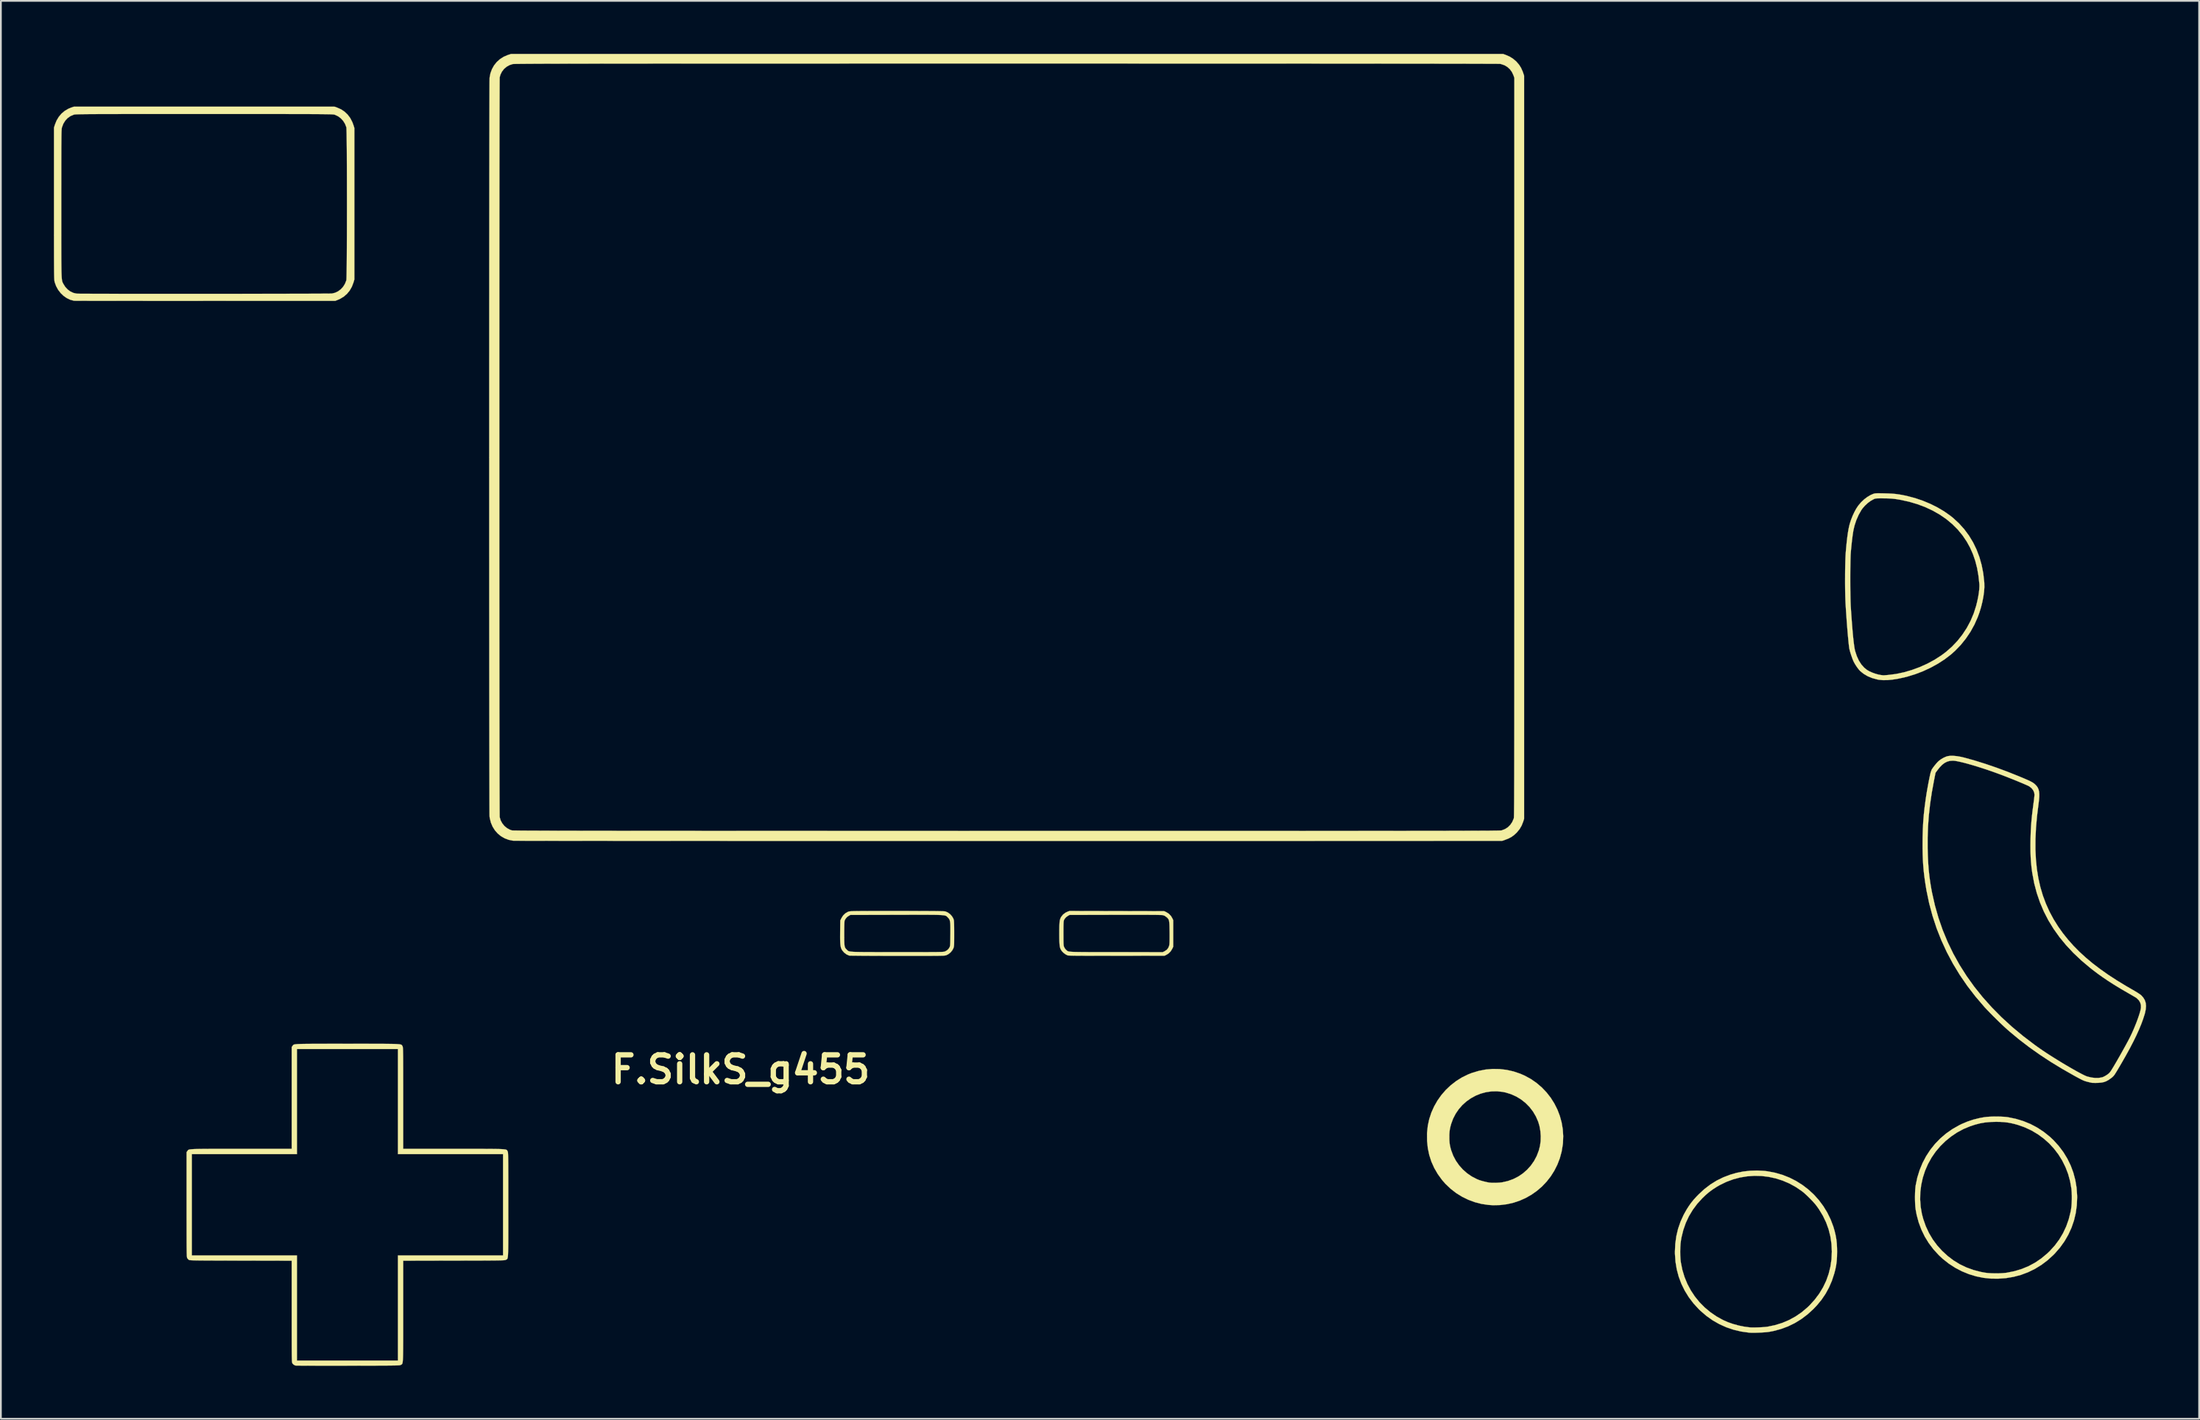
<source format=kicad_pcb>
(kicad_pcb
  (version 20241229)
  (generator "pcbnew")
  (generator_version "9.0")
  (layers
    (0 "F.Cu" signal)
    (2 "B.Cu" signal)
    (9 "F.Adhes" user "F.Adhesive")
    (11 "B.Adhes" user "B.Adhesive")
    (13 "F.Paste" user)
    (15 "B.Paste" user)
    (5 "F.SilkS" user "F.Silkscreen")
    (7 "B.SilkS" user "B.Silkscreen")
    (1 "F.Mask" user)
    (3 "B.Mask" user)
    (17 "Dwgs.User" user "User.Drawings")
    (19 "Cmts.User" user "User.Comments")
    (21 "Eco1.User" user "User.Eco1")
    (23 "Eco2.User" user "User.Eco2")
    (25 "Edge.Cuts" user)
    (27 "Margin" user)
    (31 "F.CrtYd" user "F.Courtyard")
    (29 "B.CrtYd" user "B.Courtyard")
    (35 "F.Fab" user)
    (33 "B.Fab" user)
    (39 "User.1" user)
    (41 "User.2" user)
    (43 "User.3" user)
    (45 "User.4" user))
  (footprint "F.SilkS_g455"
    (layer "F.Cu")
    (at 38.856 57.483)
    (property "Reference" "F.SilkS_g455" (at 0 0 0) (layer "F.SilkS") (effects (font (size 1.524 1.524) (thickness 0.3))))
    (attr through_hole)
    (fp_poly (pts (xy 42.953 -0.029) (xy 43.347 0.018) (xy 43.734 0.105) (xy 44.113 0.233) (xy 44.378 0.349) (xy 44.724 0.539) (xy 45.044 0.762) (xy 45.338 1.014) (xy 45.604 1.293) (xy 45.841 1.596) (xy 46.045 1.92) (xy 46.218 2.263) (xy 46.355 2.621) (xy 46.457 2.992) (xy 46.522 3.373) (xy 46.547 3.762) (xy 46.533 4.155) (xy 46.523 4.244) (xy 46.458 4.64) (xy 46.355 5.019) (xy 46.216 5.38) (xy 46.044 5.722) (xy 45.842 6.042) (xy 45.61 6.339) (xy 45.352 6.611) (xy 45.069 6.856) (xy 44.763 7.073) (xy 44.437 7.26) (xy 44.094 7.414) (xy 43.734 7.535) (xy 43.36 7.62) (xy 42.975 7.668) (xy 42.58 7.677) (xy 42.312 7.66) (xy 41.922 7.602) (xy 41.541 7.503) (xy 41.172 7.366) (xy 40.819 7.193) (xy 40.485 6.985) (xy 40.174 6.743) (xy 39.888 6.471) (xy 39.688 6.243) (xy 39.449 5.913) (xy 39.249 5.568) (xy 39.088 5.209) (xy 38.967 4.835) (xy 38.886 4.445) (xy 38.844 4.041) (xy 38.843 3.821) (xy 40.103 3.821) (xy 40.106 3.998) (xy 40.117 4.148) (xy 40.137 4.287) (xy 40.169 4.43) (xy 40.208 4.568) (xy 40.32 4.868) (xy 40.469 5.151) (xy 40.652 5.415) (xy 40.865 5.654) (xy 41.106 5.867) (xy 41.371 6.05) (xy 41.657 6.198) (xy 41.789 6.252) (xy 41.877 6.281) (xy 41.992 6.314) (xy 42.119 6.346) (xy 42.242 6.374) (xy 42.347 6.394) (xy 42.386 6.399) (xy 42.499 6.408) (xy 42.638 6.41) (xy 42.788 6.407) (xy 42.935 6.399) (xy 43.063 6.385) (xy 43.095 6.381) (xy 43.416 6.308) (xy 43.72 6.198) (xy 44.005 6.053) (xy 44.268 5.875) (xy 44.506 5.667) (xy 44.718 5.431) (xy 44.9 5.17) (xy 45.05 4.886) (xy 45.166 4.582) (xy 45.233 4.32) (xy 45.27 4.052) (xy 45.277 3.767) (xy 45.255 3.479) (xy 45.206 3.2) (xy 45.135 2.958) (xy 45.004 2.656) (xy 44.84 2.376) (xy 44.643 2.12) (xy 44.418 1.892) (xy 44.167 1.693) (xy 43.893 1.526) (xy 43.599 1.393) (xy 43.288 1.297) (xy 43.118 1.262) (xy 42.8 1.228) (xy 42.485 1.235) (xy 42.177 1.28) (xy 41.878 1.361) (xy 41.591 1.477) (xy 41.321 1.625) (xy 41.069 1.803) (xy 40.839 2.01) (xy 40.635 2.244) (xy 40.459 2.502) (xy 40.314 2.783) (xy 40.209 3.069) (xy 40.165 3.229) (xy 40.134 3.371) (xy 40.115 3.51) (xy 40.105 3.662) (xy 40.103 3.821) (xy 38.843 3.821) (xy 38.841 3.621) (xy 38.845 3.556) (xy 38.886 3.173) (xy 38.967 2.799) (xy 39.086 2.437) (xy 39.241 2.089) (xy 39.43 1.757) (xy 39.65 1.446) (xy 39.9 1.157) (xy 40.178 0.893) (xy 40.481 0.657) (xy 40.807 0.451) (xy 41.155 0.279) (xy 41.381 0.19) (xy 41.768 0.074) (xy 42.161 -0.002) (xy 42.557 -0.036) (xy 42.953 -0.029)) (stroke (width 0.01) (type solid)) (fill yes) (layer "F.SilkS"))
    (fp_poly (pts (xy 23.971 -8.964) (xy 24.088 -8.909) (xy 24.233 -8.817) (xy 24.351 -8.694) (xy 24.424 -8.572) (xy 24.479 -8.456) (xy 24.479 -6.953) (xy 24.423 -6.834) (xy 24.335 -6.691) (xy 24.217 -6.573) (xy 24.097 -6.497) (xy 23.992 -6.445) (xy 21.283 -6.442) (xy 20.842 -6.441) (xy 20.442 -6.441) (xy 20.083 -6.441) (xy 19.763 -6.442) (xy 19.482 -6.443) (xy 19.239 -6.444) (xy 19.032 -6.445) (xy 18.861 -6.447) (xy 18.725 -6.45) (xy 18.623 -6.453) (xy 18.553 -6.456) (xy 18.516 -6.459) (xy 18.51 -6.461) (xy 18.388 -6.521) (xy 18.273 -6.607) (xy 18.175 -6.709) (xy 18.119 -6.795) (xy 18.096 -6.846) (xy 18.077 -6.903) (xy 18.062 -6.971) (xy 18.051 -7.054) (xy 18.043 -7.157) (xy 18.038 -7.286) (xy 18.035 -7.445) (xy 18.034 -7.64) (xy 18.034 -7.7) (xy 18.267 -7.7) (xy 18.268 -7.51) (xy 18.268 -7.358) (xy 18.27 -7.238) (xy 18.272 -7.146) (xy 18.276 -7.077) (xy 18.281 -7.026) (xy 18.288 -6.988) (xy 18.297 -6.958) (xy 18.308 -6.932) (xy 18.35 -6.854) (xy 18.396 -6.796) (xy 18.451 -6.745) (xy 18.467 -6.731) (xy 18.483 -6.718) (xy 18.501 -6.707) (xy 18.523 -6.697) (xy 18.55 -6.688) (xy 18.587 -6.68) (xy 18.634 -6.674) (xy 18.694 -6.668) (xy 18.769 -6.663) (xy 18.862 -6.659) (xy 18.975 -6.656) (xy 19.109 -6.654) (xy 19.268 -6.652) (xy 19.453 -6.65) (xy 19.667 -6.649) (xy 19.912 -6.648) (xy 20.19 -6.648) (xy 20.503 -6.648) (xy 20.854 -6.647) (xy 21.246 -6.647) (xy 21.274 -6.647) (xy 23.889 -6.646) (xy 24.001 -6.702) (xy 24.118 -6.782) (xy 24.202 -6.889) (xy 24.254 -7.023) (xy 24.257 -7.04) (xy 24.266 -7.107) (xy 24.272 -7.214) (xy 24.275 -7.362) (xy 24.276 -7.549) (xy 24.275 -7.774) (xy 24.275 -7.774) (xy 24.272 -7.966) (xy 24.269 -8.121) (xy 24.264 -8.244) (xy 24.256 -8.34) (xy 24.245 -8.415) (xy 24.228 -8.472) (xy 24.205 -8.518) (xy 24.175 -8.558) (xy 24.137 -8.597) (xy 24.094 -8.635) (xy 23.995 -8.704) (xy 23.89 -8.741) (xy 23.853 -8.745) (xy 23.782 -8.748) (xy 23.674 -8.751) (xy 23.531 -8.754) (xy 23.35 -8.756) (xy 23.132 -8.757) (xy 22.875 -8.758) (xy 22.579 -8.759) (xy 22.243 -8.759) (xy 21.867 -8.759) (xy 21.449 -8.759) (xy 21.198 -8.758) (xy 18.616 -8.752) (xy 18.531 -8.707) (xy 18.413 -8.622) (xy 18.327 -8.516) (xy 18.3 -8.462) (xy 18.29 -8.434) (xy 18.283 -8.395) (xy 18.277 -8.341) (xy 18.273 -8.268) (xy 18.27 -8.171) (xy 18.268 -8.044) (xy 18.267 -7.885) (xy 18.267 -7.7) (xy 18.034 -7.7) (xy 18.034 -7.712) (xy 18.035 -7.918) (xy 18.037 -8.087) (xy 18.042 -8.224) (xy 18.049 -8.334) (xy 18.06 -8.422) (xy 18.076 -8.493) (xy 18.096 -8.554) (xy 18.121 -8.608) (xy 18.147 -8.652) (xy 18.246 -8.773) (xy 18.372 -8.872) (xy 18.488 -8.93) (xy 18.608 -8.975) (xy 23.971 -8.964)) (stroke (width 0.01) (type solid)) (fill yes) (layer "F.SilkS"))
    (fp_poly (pts (xy 71.283 2.662) (xy 71.471 2.671) (xy 71.634 2.685) (xy 71.713 2.696) (xy 72.156 2.787) (xy 72.581 2.916) (xy 72.987 3.082) (xy 73.373 3.286) (xy 73.738 3.526) (xy 74.081 3.801) (xy 74.292 4) (xy 74.588 4.326) (xy 74.849 4.674) (xy 75.074 5.043) (xy 75.262 5.43) (xy 75.412 5.833) (xy 75.523 6.252) (xy 75.595 6.682) (xy 75.626 7.124) (xy 75.628 7.239) (xy 75.608 7.686) (xy 75.548 8.121) (xy 75.448 8.542) (xy 75.308 8.949) (xy 75.13 9.34) (xy 74.914 9.714) (xy 74.66 10.069) (xy 74.369 10.404) (xy 74.286 10.489) (xy 73.956 10.79) (xy 73.606 11.054) (xy 73.237 11.28) (xy 72.85 11.469) (xy 72.447 11.62) (xy 72.029 11.731) (xy 71.598 11.803) (xy 71.155 11.835) (xy 70.75 11.83) (xy 70.326 11.786) (xy 69.909 11.701) (xy 69.501 11.577) (xy 69.106 11.415) (xy 68.727 11.216) (xy 68.366 10.982) (xy 68.027 10.714) (xy 67.802 10.504) (xy 67.5 10.175) (xy 67.235 9.825) (xy 67.007 9.454) (xy 66.817 9.063) (xy 66.663 8.652) (xy 66.547 8.222) (xy 66.491 7.924) (xy 66.473 7.777) (xy 66.461 7.6) (xy 66.454 7.403) (xy 66.453 7.35) (xy 66.744 7.35) (xy 66.773 7.762) (xy 66.843 8.169) (xy 66.92 8.459) (xy 67.064 8.868) (xy 67.244 9.254) (xy 67.459 9.616) (xy 67.709 9.954) (xy 67.983 10.257) (xy 68.3 10.549) (xy 68.634 10.802) (xy 68.988 11.019) (xy 69.362 11.198) (xy 69.757 11.342) (xy 70.176 11.451) (xy 70.4 11.493) (xy 70.57 11.515) (xy 70.769 11.528) (xy 70.983 11.534) (xy 71.201 11.532) (xy 71.41 11.522) (xy 71.596 11.504) (xy 71.66 11.495) (xy 72.089 11.408) (xy 72.497 11.284) (xy 72.885 11.123) (xy 73.252 10.925) (xy 73.599 10.689) (xy 73.927 10.416) (xy 74.076 10.274) (xy 74.363 9.958) (xy 74.615 9.619) (xy 74.83 9.259) (xy 75.009 8.877) (xy 75.152 8.473) (xy 75.258 8.048) (xy 75.282 7.916) (xy 75.305 7.75) (xy 75.319 7.555) (xy 75.327 7.344) (xy 75.327 7.13) (xy 75.319 6.926) (xy 75.303 6.744) (xy 75.302 6.731) (xy 75.228 6.311) (xy 75.117 5.906) (xy 74.968 5.519) (xy 74.785 5.15) (xy 74.569 4.803) (xy 74.322 4.479) (xy 74.046 4.179) (xy 73.741 3.908) (xy 73.412 3.665) (xy 73.058 3.454) (xy 72.682 3.276) (xy 72.285 3.134) (xy 72.092 3.08) (xy 71.888 3.032) (xy 71.694 2.997) (xy 71.498 2.974) (xy 71.286 2.961) (xy 71.046 2.957) (xy 71.046 2.957) (xy 70.724 2.965) (xy 70.428 2.992) (xy 70.143 3.041) (xy 69.856 3.115) (xy 69.565 3.21) (xy 69.195 3.365) (xy 68.838 3.557) (xy 68.499 3.785) (xy 68.18 4.044) (xy 67.886 4.332) (xy 67.621 4.645) (xy 67.39 4.98) (xy 67.186 5.347) (xy 67.02 5.73) (xy 66.893 6.125) (xy 66.804 6.529) (xy 66.754 6.938) (xy 66.744 7.35) (xy 66.453 7.35) (xy 66.452 7.198) (xy 66.456 6.995) (xy 66.465 6.805) (xy 66.48 6.639) (xy 66.492 6.551) (xy 66.584 6.111) (xy 66.715 5.688) (xy 66.881 5.285) (xy 67.082 4.903) (xy 67.317 4.544) (xy 67.584 4.209) (xy 67.882 3.901) (xy 68.209 3.621) (xy 68.565 3.371) (xy 68.948 3.153) (xy 69.094 3.081) (xy 69.42 2.943) (xy 69.752 2.832) (xy 70.102 2.745) (xy 70.369 2.696) (xy 70.511 2.679) (xy 70.685 2.666) (xy 70.879 2.66) (xy 71.082 2.658) (xy 71.283 2.662)) (stroke (width 0.01) (type solid)) (fill yes) (layer "F.SilkS"))
    (fp_poly (pts (xy 57.914 5.734) (xy 58.108 5.757) (xy 58.538 5.839) (xy 58.952 5.959) (xy 59.35 6.116) (xy 59.729 6.308) (xy 60.087 6.534) (xy 60.421 6.79) (xy 60.731 7.076) (xy 61.013 7.39) (xy 61.266 7.73) (xy 61.489 8.094) (xy 61.678 8.481) (xy 61.832 8.888) (xy 61.901 9.123) (xy 61.959 9.364) (xy 62.001 9.6) (xy 62.028 9.843) (xy 62.042 10.106) (xy 62.045 10.308) (xy 62.039 10.586) (xy 62.023 10.836) (xy 61.993 11.069) (xy 61.948 11.297) (xy 61.887 11.534) (xy 61.882 11.551) (xy 61.748 11.958) (xy 61.585 12.335) (xy 61.392 12.689) (xy 61.166 13.023) (xy 60.903 13.342) (xy 60.707 13.548) (xy 60.376 13.851) (xy 60.026 14.116) (xy 59.657 14.344) (xy 59.269 14.533) (xy 58.863 14.684) (xy 58.438 14.797) (xy 58.208 14.841) (xy 58.102 14.856) (xy 57.964 14.868) (xy 57.806 14.879) (xy 57.638 14.887) (xy 57.471 14.893) (xy 57.314 14.895) (xy 57.177 14.894) (xy 57.072 14.889) (xy 57.065 14.888) (xy 56.62 14.826) (xy 56.191 14.725) (xy 55.778 14.585) (xy 55.382 14.407) (xy 55.005 14.192) (xy 54.648 13.939) (xy 54.312 13.65) (xy 54.217 13.558) (xy 53.915 13.228) (xy 53.65 12.878) (xy 53.423 12.509) (xy 53.234 12.123) (xy 53.083 11.721) (xy 52.972 11.304) (xy 52.901 10.874) (xy 52.87 10.43) (xy 52.869 10.308) (xy 52.869 10.298) (xy 53.168 10.298) (xy 53.171 10.526) (xy 53.184 10.74) (xy 53.203 10.905) (xy 53.287 11.329) (xy 53.41 11.736) (xy 53.569 12.125) (xy 53.765 12.494) (xy 53.995 12.842) (xy 54.257 13.165) (xy 54.552 13.463) (xy 54.877 13.734) (xy 55.231 13.976) (xy 55.584 14.172) (xy 55.859 14.294) (xy 56.162 14.4) (xy 56.481 14.487) (xy 56.803 14.552) (xy 57.116 14.592) (xy 57.118 14.592) (xy 57.221 14.597) (xy 57.355 14.597) (xy 57.508 14.594) (xy 57.669 14.588) (xy 57.826 14.58) (xy 57.968 14.569) (xy 58.084 14.556) (xy 58.113 14.552) (xy 58.537 14.463) (xy 58.943 14.337) (xy 59.33 14.173) (xy 59.697 13.971) (xy 60.044 13.733) (xy 60.369 13.458) (xy 60.485 13.346) (xy 60.777 13.025) (xy 61.032 12.685) (xy 61.249 12.327) (xy 61.428 11.952) (xy 61.567 11.561) (xy 61.667 11.155) (xy 61.728 10.736) (xy 61.748 10.303) (xy 61.748 10.298) (xy 61.727 9.866) (xy 61.666 9.447) (xy 61.565 9.042) (xy 61.423 8.65) (xy 61.241 8.271) (xy 61.019 7.905) (xy 60.873 7.7) (xy 60.783 7.59) (xy 60.67 7.463) (xy 60.54 7.327) (xy 60.404 7.191) (xy 60.269 7.064) (xy 60.145 6.954) (xy 60.058 6.885) (xy 59.709 6.647) (xy 59.344 6.446) (xy 58.964 6.284) (xy 58.574 6.159) (xy 58.175 6.072) (xy 57.772 6.023) (xy 57.365 6.013) (xy 56.96 6.041) (xy 56.557 6.107) (xy 56.161 6.213) (xy 55.774 6.357) (xy 55.399 6.54) (xy 55.233 6.636) (xy 55.005 6.784) (xy 54.798 6.937) (xy 54.599 7.107) (xy 54.419 7.28) (xy 54.129 7.599) (xy 53.877 7.938) (xy 53.662 8.295) (xy 53.485 8.673) (xy 53.345 9.071) (xy 53.241 9.49) (xy 53.211 9.663) (xy 53.187 9.852) (xy 53.173 10.069) (xy 53.168 10.298) (xy 52.869 10.298) (xy 52.889 9.861) (xy 52.948 9.429) (xy 53.047 9.01) (xy 53.187 8.605) (xy 53.366 8.213) (xy 53.534 7.914) (xy 53.66 7.718) (xy 53.785 7.542) (xy 53.92 7.375) (xy 54.074 7.204) (xy 54.217 7.057) (xy 54.539 6.761) (xy 54.877 6.503) (xy 55.232 6.282) (xy 55.609 6.097) (xy 56.009 5.945) (xy 56.364 5.843) (xy 56.737 5.769) (xy 57.127 5.726) (xy 57.523 5.714) (xy 57.914 5.734)) (stroke (width 0.01) (type solid)) (fill yes) (layer "F.SilkS"))
    (fp_poly (pts (xy 9.271 -8.975) (xy 9.649 -8.974) (xy 9.988 -8.974) (xy 10.29 -8.973) (xy 10.556 -8.972) (xy 10.788 -8.97) (xy 10.986 -8.969) (xy 11.154 -8.967) (xy 11.291 -8.964) (xy 11.401 -8.962) (xy 11.484 -8.959) (xy 11.543 -8.955) (xy 11.578 -8.951) (xy 11.586 -8.95) (xy 11.722 -8.891) (xy 11.848 -8.801) (xy 11.954 -8.687) (xy 12.032 -8.559) (xy 12.062 -8.477) (xy 12.07 -8.428) (xy 12.076 -8.339) (xy 12.08 -8.211) (xy 12.084 -8.047) (xy 12.086 -7.85) (xy 12.086 -7.69) (xy 12.086 -7.497) (xy 12.085 -7.342) (xy 12.084 -7.219) (xy 12.082 -7.123) (xy 12.078 -7.05) (xy 12.073 -6.994) (xy 12.066 -6.95) (xy 12.057 -6.914) (xy 12.046 -6.88) (xy 12.042 -6.868) (xy 11.976 -6.745) (xy 11.88 -6.631) (xy 11.765 -6.537) (xy 11.653 -6.479) (xy 11.635 -6.473) (xy 11.617 -6.467) (xy 11.596 -6.462) (xy 11.57 -6.457) (xy 11.536 -6.453) (xy 11.493 -6.449) (xy 11.439 -6.446) (xy 11.37 -6.444) (xy 11.284 -6.442) (xy 11.18 -6.44) (xy 11.055 -6.439) (xy 10.907 -6.438) (xy 10.733 -6.437) (xy 10.532 -6.436) (xy 10.3 -6.436) (xy 10.036 -6.436) (xy 9.738 -6.436) (xy 9.403 -6.436) (xy 9.028 -6.436) (xy 8.863 -6.436) (xy 8.529 -6.437) (xy 8.207 -6.437) (xy 7.898 -6.438) (xy 7.605 -6.439) (xy 7.332 -6.44) (xy 7.08 -6.442) (xy 6.853 -6.443) (xy 6.652 -6.445) (xy 6.48 -6.447) (xy 6.34 -6.448) (xy 6.235 -6.45) (xy 6.167 -6.452) (xy 6.139 -6.454) (xy 6.138 -6.454) (xy 5.992 -6.52) (xy 5.861 -6.619) (xy 5.755 -6.742) (xy 5.716 -6.808) (xy 5.691 -6.863) (xy 5.672 -6.926) (xy 5.657 -7.002) (xy 5.645 -7.095) (xy 5.638 -7.21) (xy 5.633 -7.352) (xy 5.632 -7.525) (xy 5.633 -7.684) (xy 5.864 -7.684) (xy 5.864 -7.483) (xy 5.865 -7.321) (xy 5.869 -7.191) (xy 5.874 -7.088) (xy 5.883 -7.009) (xy 5.897 -6.947) (xy 5.915 -6.899) (xy 5.94 -6.859) (xy 5.971 -6.822) (xy 6.009 -6.784) (xy 6.014 -6.779) (xy 6.034 -6.76) (xy 6.051 -6.743) (xy 6.068 -6.728) (xy 6.088 -6.715) (xy 6.112 -6.703) (xy 6.143 -6.693) (xy 6.184 -6.684) (xy 6.236 -6.676) (xy 6.302 -6.67) (xy 6.383 -6.664) (xy 6.483 -6.66) (xy 6.603 -6.657) (xy 6.746 -6.654) (xy 6.914 -6.652) (xy 7.109 -6.651) (xy 7.333 -6.65) (xy 7.589 -6.649) (xy 7.879 -6.649) (xy 8.205 -6.648) (xy 8.569 -6.648) (xy 8.869 -6.648) (xy 9.256 -6.648) (xy 9.602 -6.648) (xy 9.911 -6.648) (xy 10.185 -6.648) (xy 10.425 -6.649) (xy 10.634 -6.649) (xy 10.815 -6.65) (xy 10.969 -6.651) (xy 11.099 -6.652) (xy 11.207 -6.654) (xy 11.296 -6.656) (xy 11.368 -6.658) (xy 11.424 -6.661) (xy 11.468 -6.665) (xy 11.502 -6.669) (xy 11.527 -6.673) (xy 11.547 -6.678) (xy 11.563 -6.684) (xy 11.578 -6.69) (xy 11.578 -6.69) (xy 11.686 -6.752) (xy 11.766 -6.829) (xy 11.818 -6.911) (xy 11.831 -6.937) (xy 11.841 -6.964) (xy 11.85 -6.999) (xy 11.856 -7.045) (xy 11.86 -7.108) (xy 11.864 -7.192) (xy 11.866 -7.304) (xy 11.868 -7.447) (xy 11.87 -7.628) (xy 11.871 -7.647) (xy 11.872 -7.855) (xy 11.872 -8.027) (xy 11.87 -8.165) (xy 11.864 -8.275) (xy 11.854 -8.362) (xy 11.84 -8.431) (xy 11.82 -8.485) (xy 11.794 -8.531) (xy 11.761 -8.573) (xy 11.724 -8.612) (xy 11.703 -8.634) (xy 11.684 -8.654) (xy 11.665 -8.672) (xy 11.644 -8.687) (xy 11.619 -8.701) (xy 11.587 -8.713) (xy 11.546 -8.723) (xy 11.494 -8.732) (xy 11.429 -8.739) (xy 11.348 -8.746) (xy 11.25 -8.75) (xy 11.131 -8.754) (xy 10.99 -8.757) (xy 10.824 -8.759) (xy 10.632 -8.76) (xy 10.411 -8.761) (xy 10.158 -8.761) (xy 9.872 -8.76) (xy 9.55 -8.76) (xy 9.19 -8.759) (xy 8.814 -8.758) (xy 6.212 -8.752) (xy 6.125 -8.705) (xy 6.032 -8.64) (xy 5.953 -8.554) (xy 5.897 -8.46) (xy 5.884 -8.424) (xy 5.879 -8.385) (xy 5.874 -8.309) (xy 5.87 -8.202) (xy 5.867 -8.07) (xy 5.865 -7.919) (xy 5.864 -7.754) (xy 5.864 -7.684) (xy 5.633 -7.684) (xy 5.633 -7.734) (xy 5.634 -7.807) (xy 5.641 -8.436) (xy 5.71 -8.577) (xy 5.804 -8.724) (xy 5.924 -8.84) (xy 6.065 -8.922) (xy 6.088 -8.932) (xy 6.106 -8.938) (xy 6.125 -8.944) (xy 6.147 -8.949) (xy 6.174 -8.953) (xy 6.21 -8.957) (xy 6.255 -8.961) (xy 6.314 -8.963) (xy 6.386 -8.966) (xy 6.476 -8.968) (xy 6.586 -8.97) (xy 6.716 -8.971) (xy 6.871 -8.972) (xy 7.052 -8.973) (xy 7.261 -8.974) (xy 7.501 -8.974) (xy 7.774 -8.974) (xy 8.083 -8.975) (xy 8.428 -8.975) (xy 8.814 -8.975) (xy 8.851 -8.975) (xy 9.271 -8.975)) (stroke (width 0.01) (type solid)) (fill yes) (layer "F.SilkS"))
    (fp_poly (pts (xy 64.438 -32.616) (xy 64.566 -32.615) (xy 64.728 -32.611) (xy 64.963 -32.604) (xy 65.167 -32.593) (xy 65.353 -32.577) (xy 65.532 -32.553) (xy 65.716 -32.522) (xy 65.917 -32.481) (xy 66.008 -32.461) (xy 66.454 -32.343) (xy 66.891 -32.195) (xy 67.314 -32.019) (xy 67.718 -31.818) (xy 68.097 -31.594) (xy 68.444 -31.35) (xy 68.612 -31.216) (xy 68.943 -30.91) (xy 69.241 -30.578) (xy 69.506 -30.221) (xy 69.737 -29.839) (xy 69.934 -29.433) (xy 70.096 -29.006) (xy 70.223 -28.556) (xy 70.315 -28.086) (xy 70.37 -27.596) (xy 70.375 -27.527) (xy 70.378 -27.294) (xy 70.359 -27.034) (xy 70.32 -26.753) (xy 70.262 -26.46) (xy 70.188 -26.161) (xy 70.097 -25.866) (xy 70.006 -25.615) (xy 69.816 -25.186) (xy 69.59 -24.777) (xy 69.33 -24.391) (xy 69.039 -24.03) (xy 68.718 -23.698) (xy 68.474 -23.481) (xy 68.125 -23.215) (xy 67.742 -22.968) (xy 67.334 -22.744) (xy 66.905 -22.545) (xy 66.463 -22.376) (xy 66.014 -22.238) (xy 65.839 -22.194) (xy 65.492 -22.12) (xy 65.179 -22.07) (xy 64.897 -22.043) (xy 64.645 -22.04) (xy 64.421 -22.06) (xy 64.326 -22.077) (xy 64.035 -22.156) (xy 63.775 -22.263) (xy 63.545 -22.399) (xy 63.36 -22.547) (xy 63.285 -22.627) (xy 63.201 -22.734) (xy 63.117 -22.856) (xy 63.038 -22.983) (xy 62.981 -23.09) (xy 62.94 -23.184) (xy 62.894 -23.305) (xy 62.846 -23.442) (xy 62.801 -23.582) (xy 62.764 -23.71) (xy 62.741 -23.802) (xy 62.729 -23.87) (xy 62.716 -23.975) (xy 62.7 -24.115) (xy 62.683 -24.284) (xy 62.665 -24.478) (xy 62.645 -24.693) (xy 62.626 -24.926) (xy 62.606 -25.171) (xy 62.587 -25.424) (xy 62.569 -25.682) (xy 62.551 -25.939) (xy 62.535 -26.193) (xy 62.523 -26.384) (xy 62.515 -26.562) (xy 62.508 -26.77) (xy 62.503 -27.003) (xy 62.499 -27.254) (xy 62.497 -27.517) (xy 62.497 -27.786) (xy 62.498 -27.887) (xy 62.791 -27.887) (xy 62.791 -27.634) (xy 62.792 -27.381) (xy 62.794 -27.136) (xy 62.797 -26.903) (xy 62.801 -26.687) (xy 62.806 -26.495) (xy 62.812 -26.331) (xy 62.818 -26.204) (xy 62.847 -25.77) (xy 62.876 -25.374) (xy 62.904 -25.017) (xy 62.931 -24.698) (xy 62.958 -24.419) (xy 62.985 -24.179) (xy 63.011 -23.98) (xy 63.036 -23.823) (xy 63.06 -23.707) (xy 63.065 -23.689) (xy 63.16 -23.4) (xy 63.276 -23.147) (xy 63.414 -22.931) (xy 63.574 -22.75) (xy 63.729 -22.623) (xy 63.862 -22.545) (xy 64.023 -22.471) (xy 64.199 -22.407) (xy 64.376 -22.357) (xy 64.542 -22.326) (xy 64.558 -22.325) (xy 64.614 -22.318) (xy 64.652 -22.314) (xy 64.654 -22.313) (xy 64.682 -22.314) (xy 64.743 -22.317) (xy 64.829 -22.324) (xy 64.929 -22.332) (xy 65.375 -22.389) (xy 65.827 -22.484) (xy 66.277 -22.615) (xy 66.72 -22.778) (xy 67.149 -22.971) (xy 67.559 -23.192) (xy 67.942 -23.439) (xy 68.199 -23.631) (xy 68.54 -23.93) (xy 68.853 -24.259) (xy 69.134 -24.614) (xy 69.383 -24.993) (xy 69.596 -25.392) (xy 69.773 -25.809) (xy 69.911 -26.239) (xy 69.974 -26.493) (xy 70.026 -26.739) (xy 70.064 -26.971) (xy 70.089 -27.181) (xy 70.098 -27.364) (xy 70.095 -27.481) (xy 70.044 -27.947) (xy 69.968 -28.382) (xy 69.864 -28.79) (xy 69.731 -29.175) (xy 69.569 -29.541) (xy 69.384 -29.877) (xy 69.145 -30.232) (xy 68.872 -30.563) (xy 68.566 -30.869) (xy 68.23 -31.15) (xy 67.863 -31.403) (xy 67.467 -31.63) (xy 67.045 -31.828) (xy 66.597 -31.997) (xy 66.125 -32.137) (xy 65.629 -32.245) (xy 65.412 -32.282) (xy 65.275 -32.3) (xy 65.139 -32.314) (xy 64.992 -32.323) (xy 64.822 -32.328) (xy 64.674 -32.329) (xy 64.523 -32.33) (xy 64.407 -32.329) (xy 64.321 -32.327) (xy 64.257 -32.322) (xy 64.209 -32.315) (xy 64.17 -32.304) (xy 64.135 -32.29) (xy 64.135 -32.29) (xy 63.96 -32.196) (xy 63.787 -32.07) (xy 63.624 -31.921) (xy 63.483 -31.759) (xy 63.42 -31.67) (xy 63.265 -31.397) (xy 63.133 -31.098) (xy 63.03 -30.785) (xy 62.972 -30.538) (xy 62.949 -30.404) (xy 62.924 -30.236) (xy 62.899 -30.041) (xy 62.874 -29.828) (xy 62.851 -29.604) (xy 62.829 -29.378) (xy 62.818 -29.242) (xy 62.811 -29.132) (xy 62.806 -28.984) (xy 62.801 -28.806) (xy 62.797 -28.602) (xy 62.794 -28.377) (xy 62.792 -28.137) (xy 62.791 -27.887) (xy 62.498 -27.887) (xy 62.498 -28.053) (xy 62.501 -28.314) (xy 62.506 -28.562) (xy 62.512 -28.79) (xy 62.519 -28.993) (xy 62.528 -29.163) (xy 62.534 -29.252) (xy 62.563 -29.589) (xy 62.593 -29.887) (xy 62.624 -30.149) (xy 62.656 -30.378) (xy 62.69 -30.577) (xy 62.726 -30.75) (xy 62.762 -30.893) (xy 62.835 -31.117) (xy 62.924 -31.342) (xy 63.024 -31.557) (xy 63.132 -31.752) (xy 63.24 -31.915) (xy 63.245 -31.921) (xy 63.4 -32.104) (xy 63.574 -32.269) (xy 63.759 -32.409) (xy 63.947 -32.52) (xy 64.084 -32.578) (xy 64.126 -32.592) (xy 64.166 -32.603) (xy 64.211 -32.61) (xy 64.267 -32.614) (xy 64.341 -32.617) (xy 64.438 -32.616)) (stroke (width 0.01) (type solid)) (fill yes) (layer "F.SilkS"))
    (fp_poly (pts (xy -22.829 -54.443) (xy -22.606 -54.344) (xy -22.407 -54.211) (xy -22.234 -54.046) (xy -22.087 -53.85) (xy -21.97 -53.624) (xy -21.904 -53.446) (xy -21.855 -53.287) (xy -21.855 -44.715) (xy -21.905 -44.545) (xy -21.997 -44.303) (xy -22.121 -44.087) (xy -22.276 -43.899) (xy -22.461 -43.741) (xy -22.675 -43.614) (xy -22.811 -43.555) (xy -22.934 -43.508) (xy -30.3 -43.506) (xy -30.856 -43.505) (xy -31.402 -43.505) (xy -31.936 -43.505) (xy -32.456 -43.505) (xy -32.96 -43.505) (xy -33.448 -43.505) (xy -33.917 -43.506) (xy -34.367 -43.506) (xy -34.795 -43.506) (xy -35.2 -43.506) (xy -35.581 -43.507) (xy -35.936 -43.507) (xy -36.263 -43.507) (xy -36.562 -43.508) (xy -36.829 -43.508) (xy -37.065 -43.509) (xy -37.267 -43.509) (xy -37.434 -43.51) (xy -37.564 -43.51) (xy -37.655 -43.511) (xy -37.707 -43.512) (xy -37.719 -43.512) (xy -37.928 -43.568) (xy -38.127 -43.662) (xy -38.31 -43.79) (xy -38.474 -43.948) (xy -38.615 -44.131) (xy -38.728 -44.335) (xy -38.809 -44.557) (xy -38.811 -44.566) (xy -38.816 -44.585) (xy -38.82 -44.605) (xy -38.824 -44.629) (xy -38.828 -44.658) (xy -38.831 -44.694) (xy -38.834 -44.739) (xy -38.837 -44.795) (xy -38.839 -44.864) (xy -38.841 -44.946) (xy -38.843 -45.045) (xy -38.845 -45.161) (xy -38.846 -45.297) (xy -38.847 -45.455) (xy -38.848 -45.635) (xy -38.849 -45.84) (xy -38.85 -46.072) (xy -38.85 -46.333) (xy -38.851 -46.623) (xy -38.851 -46.946) (xy -38.851 -47.302) (xy -38.851 -47.612) (xy -38.439 -47.612) (xy -38.439 -47.227) (xy -38.439 -46.877) (xy -38.438 -46.56) (xy -38.438 -46.275) (xy -38.437 -46.019) (xy -38.436 -45.792) (xy -38.434 -45.59) (xy -38.432 -45.413) (xy -38.43 -45.259) (xy -38.427 -45.125) (xy -38.423 -45.011) (xy -38.419 -44.913) (xy -38.414 -44.831) (xy -38.409 -44.763) (xy -38.402 -44.706) (xy -38.395 -44.66) (xy -38.387 -44.622) (xy -38.378 -44.59) (xy -38.368 -44.562) (xy -38.358 -44.538) (xy -38.346 -44.514) (xy -38.333 -44.49) (xy -38.318 -44.464) (xy -38.314 -44.455) (xy -38.209 -44.289) (xy -38.077 -44.148) (xy -37.924 -44.036) (xy -37.755 -43.957) (xy -37.577 -43.916) (xy -37.56 -43.915) (xy -37.527 -43.914) (xy -37.453 -43.912) (xy -37.341 -43.911) (xy -37.193 -43.911) (xy -37.01 -43.91) (xy -36.794 -43.909) (xy -36.547 -43.908) (xy -36.272 -43.907) (xy -35.969 -43.907) (xy -35.642 -43.906) (xy -35.291 -43.906) (xy -34.919 -43.905) (xy -34.528 -43.905) (xy -34.119 -43.905) (xy -33.694 -43.904) (xy -33.256 -43.904) (xy -32.806 -43.904) (xy -32.346 -43.904) (xy -31.878 -43.904) (xy -31.404 -43.904) (xy -30.926 -43.904) (xy -30.446 -43.904) (xy -29.965 -43.904) (xy -29.486 -43.904) (xy -29.01 -43.905) (xy -28.539 -43.905) (xy -28.075 -43.906) (xy -27.621 -43.906) (xy -27.178 -43.906) (xy -26.747 -43.907) (xy -26.332 -43.908) (xy -25.933 -43.908) (xy -25.552 -43.909) (xy -25.192 -43.91) (xy -24.855 -43.91) (xy -24.541 -43.911) (xy -24.254 -43.912) (xy -23.995 -43.913) (xy -23.766 -43.914) (xy -23.569 -43.915) (xy -23.406 -43.916) (xy -23.278 -43.917) (xy -23.188 -43.918) (xy -23.137 -43.919) (xy -23.128 -43.92) (xy -22.944 -43.964) (xy -22.774 -44.046) (xy -22.621 -44.161) (xy -22.489 -44.305) (xy -22.384 -44.475) (xy -22.31 -44.665) (xy -22.308 -44.672) (xy -22.304 -44.707) (xy -22.3 -44.781) (xy -22.297 -44.893) (xy -22.294 -45.04) (xy -22.291 -45.219) (xy -22.288 -45.428) (xy -22.286 -45.664) (xy -22.284 -45.926) (xy -22.282 -46.209) (xy -22.28 -46.513) (xy -22.279 -46.834) (xy -22.277 -47.171) (xy -22.276 -47.519) (xy -22.275 -47.878) (xy -22.275 -48.244) (xy -22.274 -48.616) (xy -22.274 -48.99) (xy -22.274 -49.364) (xy -22.275 -49.735) (xy -22.275 -50.102) (xy -22.276 -50.461) (xy -22.277 -50.81) (xy -22.278 -51.147) (xy -22.28 -51.47) (xy -22.281 -51.774) (xy -22.283 -52.06) (xy -22.286 -52.322) (xy -22.288 -52.56) (xy -22.291 -52.771) (xy -22.293 -52.952) (xy -22.297 -53.101) (xy -22.3 -53.215) (xy -22.303 -53.291) (xy -22.307 -53.329) (xy -22.307 -53.329) (xy -22.381 -53.52) (xy -22.486 -53.691) (xy -22.619 -53.837) (xy -22.775 -53.953) (xy -22.95 -54.035) (xy -22.973 -54.042) (xy -22.985 -54.046) (xy -23 -54.049) (xy -23.019 -54.052) (xy -23.043 -54.055) (xy -23.073 -54.058) (xy -23.111 -54.06) (xy -23.159 -54.062) (xy -23.217 -54.065) (xy -23.287 -54.067) (xy -23.37 -54.068) (xy -23.467 -54.07) (xy -23.581 -54.071) (xy -23.711 -54.073) (xy -23.861 -54.074) (xy -24.03 -54.075) (xy -24.22 -54.076) (xy -24.433 -54.077) (xy -24.67 -54.078) (xy -24.933 -54.078) (xy -25.221 -54.079) (xy -25.538 -54.079) (xy -25.884 -54.08) (xy -26.261 -54.08) (xy -26.67 -54.08) (xy -27.112 -54.08) (xy -27.589 -54.081) (xy -28.101 -54.081) (xy -28.651 -54.081) (xy -29.24 -54.081) (xy -29.869 -54.081) (xy -30.353 -54.081) (xy -31.011 -54.081) (xy -31.629 -54.081) (xy -32.206 -54.081) (xy -32.746 -54.081) (xy -33.248 -54.081) (xy -33.715 -54.08) (xy -34.147 -54.08) (xy -34.547 -54.08) (xy -34.915 -54.08) (xy -35.253 -54.079) (xy -35.561 -54.079) (xy -35.843 -54.078) (xy -36.098 -54.078) (xy -36.328 -54.077) (xy -36.534 -54.076) (xy -36.719 -54.075) (xy -36.882 -54.074) (xy -37.027 -54.073) (xy -37.152 -54.071) (xy -37.262 -54.07) (xy -37.355 -54.068) (xy -37.435 -54.066) (xy -37.501 -54.064) (xy -37.557 -54.062) (xy -37.602 -54.06) (xy -37.638 -54.057) (xy -37.667 -54.055) (xy -37.69 -54.052) (xy -37.708 -54.048) (xy -37.723 -54.045) (xy -37.736 -54.041) (xy -37.738 -54.041) (xy -37.92 -53.963) (xy -38.08 -53.85) (xy -38.214 -53.706) (xy -38.321 -53.533) (xy -38.397 -53.335) (xy -38.405 -53.304) (xy -38.409 -53.285) (xy -38.413 -53.26) (xy -38.416 -53.227) (xy -38.419 -53.185) (xy -38.422 -53.131) (xy -38.425 -53.063) (xy -38.427 -52.981) (xy -38.429 -52.882) (xy -38.431 -52.764) (xy -38.432 -52.626) (xy -38.433 -52.465) (xy -38.435 -52.281) (xy -38.436 -52.072) (xy -38.436 -51.835) (xy -38.437 -51.569) (xy -38.438 -51.271) (xy -38.438 -50.942) (xy -38.438 -50.578) (xy -38.438 -50.178) (xy -38.439 -49.74) (xy -38.439 -49.262) (xy -38.439 -48.997) (xy -38.439 -48.495) (xy -38.439 -48.034) (xy -38.439 -47.612) (xy -38.851 -47.612) (xy -38.851 -47.694) (xy -38.851 -48.124) (xy -38.851 -48.592) (xy -38.851 -49.011) (xy -38.851 -53.308) (xy -38.802 -53.467) (xy -38.707 -53.706) (xy -38.58 -53.919) (xy -38.424 -54.104) (xy -38.241 -54.258) (xy -38.033 -54.38) (xy -37.878 -54.443) (xy -37.73 -54.494) (xy -22.976 -54.494) (xy -22.829 -54.443)) (stroke (width 0.01) (type solid)) (fill yes) (layer "F.SilkS"))
    (fp_poly (pts (xy -21.11 -1.461) (xy -20.806 -1.46) (xy -20.536 -1.46) (xy -20.298 -1.459) (xy -20.09 -1.458) (xy -19.91 -1.456) (xy -19.755 -1.454) (xy -19.624 -1.451) (xy -19.515 -1.447) (xy -19.425 -1.442) (xy -19.352 -1.437) (xy -19.295 -1.43) (xy -19.25 -1.422) (xy -19.217 -1.413) (xy -19.193 -1.403) (xy -19.176 -1.391) (xy -19.164 -1.378) (xy -19.154 -1.364) (xy -19.145 -1.347) (xy -19.135 -1.329) (xy -19.129 -1.319) (xy -19.124 -1.307) (xy -19.119 -1.291) (xy -19.115 -1.27) (xy -19.111 -1.24) (xy -19.107 -1.2) (xy -19.104 -1.148) (xy -19.102 -1.082) (xy -19.1 -0.999) (xy -19.098 -0.897) (xy -19.096 -0.774) (xy -19.095 -0.629) (xy -19.094 -0.458) (xy -19.094 -0.26) (xy -19.093 -0.032) (xy -19.093 0.228) (xy -19.093 0.521) (xy -19.092 0.85) (xy -19.092 1.217) (xy -19.092 1.614) (xy -19.092 4.487) (xy -16.233 4.487) (xy -15.819 4.487) (xy -15.446 4.487) (xy -15.11 4.487) (xy -14.811 4.487) (xy -14.546 4.488) (xy -14.312 4.489) (xy -14.108 4.49) (xy -13.932 4.492) (xy -13.781 4.494) (xy -13.654 4.497) (xy -13.548 4.501) (xy -13.461 4.506) (xy -13.391 4.512) (xy -13.336 4.519) (xy -13.294 4.527) (xy -13.263 4.536) (xy -13.24 4.547) (xy -13.224 4.56) (xy -13.212 4.573) (xy -13.203 4.589) (xy -13.194 4.606) (xy -13.184 4.623) (xy -13.179 4.633) (xy -13.174 4.646) (xy -13.169 4.664) (xy -13.165 4.689) (xy -13.162 4.723) (xy -13.159 4.768) (xy -13.156 4.826) (xy -13.154 4.9) (xy -13.152 4.991) (xy -13.15 5.102) (xy -13.149 5.234) (xy -13.147 5.391) (xy -13.147 5.573) (xy -13.146 5.783) (xy -13.145 6.024) (xy -13.145 6.297) (xy -13.145 6.604) (xy -13.145 6.948) (xy -13.145 7.33) (xy -13.145 7.648) (xy -13.145 8.067) (xy -13.144 8.446) (xy -13.144 8.787) (xy -13.144 9.091) (xy -13.145 9.362) (xy -13.145 9.6) (xy -13.146 9.809) (xy -13.148 9.989) (xy -13.15 10.144) (xy -13.153 10.276) (xy -13.157 10.386) (xy -13.161 10.476) (xy -13.166 10.549) (xy -13.173 10.606) (xy -13.18 10.65) (xy -13.189 10.683) (xy -13.199 10.707) (xy -13.211 10.724) (xy -13.224 10.736) (xy -13.238 10.744) (xy -13.255 10.752) (xy -13.273 10.762) (xy -13.28 10.766) (xy -13.29 10.771) (xy -13.303 10.776) (xy -13.322 10.781) (xy -13.347 10.785) (xy -13.381 10.789) (xy -13.427 10.792) (xy -13.486 10.795) (xy -13.561 10.797) (xy -13.654 10.799) (xy -13.767 10.801) (xy -13.901 10.803) (xy -14.06 10.804) (xy -14.245 10.806) (xy -14.459 10.807) (xy -14.704 10.808) (xy -14.981 10.808) (xy -15.293 10.809) (xy -15.642 10.81) (xy -16.031 10.811) (xy -16.219 10.811) (xy -19.092 10.817) (xy -19.092 13.676) (xy -19.092 14.089) (xy -19.092 14.462) (xy -19.092 14.796) (xy -19.092 15.095) (xy -19.093 15.36) (xy -19.094 15.592) (xy -19.095 15.796) (xy -19.097 15.971) (xy -19.099 16.121) (xy -19.102 16.248) (xy -19.106 16.354) (xy -19.111 16.44) (xy -19.117 16.509) (xy -19.123 16.564) (xy -19.131 16.605) (xy -19.141 16.636) (xy -19.151 16.658) (xy -19.164 16.674) (xy -19.177 16.685) (xy -19.193 16.695) (xy -19.21 16.703) (xy -19.225 16.712) (xy -19.235 16.718) (xy -19.248 16.723) (xy -19.265 16.728) (xy -19.288 16.732) (xy -19.319 16.736) (xy -19.361 16.739) (xy -19.416 16.742) (xy -19.486 16.744) (xy -19.572 16.747) (xy -19.678 16.748) (xy -19.805 16.75) (xy -19.955 16.751) (xy -20.131 16.753) (xy -20.334 16.753) (xy -20.567 16.754) (xy -20.832 16.755) (xy -21.131 16.756) (xy -21.466 16.756) (xy -21.839 16.757) (xy -22.225 16.757) (xy -22.574 16.758) (xy -22.912 16.758) (xy -23.236 16.758) (xy -23.544 16.758) (xy -23.833 16.758) (xy -24.101 16.757) (xy -24.345 16.757) (xy -24.563 16.756) (xy -24.752 16.755) (xy -24.911 16.754) (xy -25.036 16.753) (xy -25.126 16.752) (xy -25.177 16.751) (xy -25.188 16.75) (xy -25.28 16.707) (xy -25.344 16.646) (xy -25.358 16.625) (xy -25.364 16.615) (xy -25.37 16.603) (xy -25.374 16.586) (xy -25.379 16.564) (xy -25.382 16.533) (xy -25.386 16.491) (xy -25.388 16.437) (xy -25.391 16.367) (xy -25.393 16.281) (xy -25.395 16.176) (xy -25.396 16.049) (xy -25.397 15.899) (xy -25.398 15.723) (xy -25.399 15.519) (xy -25.399 15.286) (xy -25.4 15.02) (xy -25.4 14.721) (xy -25.4 14.385) (xy -25.4 14.01) (xy -25.4 13.687) (xy -25.4 10.817) (xy -28.284 10.811) (xy -28.693 10.81) (xy -29.061 10.81) (xy -29.392 10.809) (xy -29.686 10.808) (xy -29.947 10.807) (xy -30.176 10.806) (xy -30.375 10.805) (xy -30.547 10.803) (xy -30.693 10.802) (xy -30.816 10.8) (xy -30.917 10.798) (xy -31 10.795) (xy -31.066 10.793) (xy -31.116 10.789) (xy -31.154 10.786) (xy -31.182 10.782) (xy -31.201 10.778) (xy -31.213 10.773) (xy -31.219 10.77) (xy -31.268 10.725) (xy -31.308 10.674) (xy -31.314 10.665) (xy -31.319 10.652) (xy -31.323 10.635) (xy -31.327 10.61) (xy -31.331 10.575) (xy -31.334 10.53) (xy -31.336 10.47) (xy -31.339 10.395) (xy -31.341 10.302) (xy -31.342 10.19) (xy -31.344 10.055) (xy -31.345 9.896) (xy -31.346 9.712) (xy -31.346 9.498) (xy -31.347 9.255) (xy -31.347 8.979) (xy -31.347 8.668) (xy -31.348 8.321) (xy -31.348 7.935) (xy -31.348 7.644) (xy -31.348 4.784) (xy -31.052 4.784) (xy -31.052 10.52) (xy -25.104 10.52) (xy -25.104 16.468) (xy -19.389 16.468) (xy -19.389 10.52) (xy -13.441 10.52) (xy -13.441 4.784) (xy -19.389 4.784) (xy -19.389 -1.164) (xy -25.104 -1.164) (xy -25.104 4.784) (xy -31.052 4.784) (xy -31.348 4.784) (xy -31.348 4.674) (xy -31.302 4.61) (xy -31.291 4.593) (xy -31.281 4.577) (xy -31.27 4.563) (xy -31.255 4.551) (xy -31.236 4.54) (xy -31.21 4.531) (xy -31.174 4.522) (xy -31.127 4.515) (xy -31.066 4.509) (xy -30.99 4.504) (xy -30.896 4.499) (xy -30.782 4.496) (xy -30.645 4.493) (xy -30.485 4.491) (xy -30.299 4.49) (xy -30.084 4.488) (xy -29.838 4.488) (xy -29.56 4.487) (xy -29.247 4.487) (xy -28.898 4.487) (xy -28.509 4.487) (xy -28.258 4.487) (xy -25.4 4.487) (xy -25.4 -1.274) (xy -25.355 -1.338) (xy -25.343 -1.355) (xy -25.333 -1.37) (xy -25.322 -1.384) (xy -25.308 -1.396) (xy -25.29 -1.407) (xy -25.264 -1.417) (xy -25.229 -1.425) (xy -25.182 -1.432) (xy -25.123 -1.439) (xy -25.047 -1.444) (xy -24.955 -1.448) (xy -24.842 -1.452) (xy -24.708 -1.454) (xy -24.55 -1.457) (xy -24.366 -1.458) (xy -24.154 -1.459) (xy -23.912 -1.46) (xy -23.638 -1.46) (xy -23.33 -1.461) (xy -22.985 -1.461) (xy -22.602 -1.461) (xy -22.246 -1.46) (xy -21.828 -1.461) (xy -21.45 -1.461) (xy -21.11 -1.461)) (stroke (width 0.01) (type solid)) (fill yes) (layer "F.SilkS"))
    (fp_poly (pts (xy 68.625 -17.757) (xy 68.829 -17.738) (xy 69.052 -17.699) (xy 69.247 -17.653) (xy 69.828 -17.491) (xy 70.434 -17.302) (xy 71.06 -17.088) (xy 71.698 -16.852) (xy 72.343 -16.594) (xy 72.446 -16.551) (xy 72.632 -16.473) (xy 72.784 -16.407) (xy 72.906 -16.352) (xy 73.004 -16.304) (xy 73.082 -16.262) (xy 73.145 -16.222) (xy 73.199 -16.183) (xy 73.248 -16.14) (xy 73.258 -16.13) (xy 73.338 -16.046) (xy 73.399 -15.955) (xy 73.444 -15.852) (xy 73.472 -15.734) (xy 73.485 -15.595) (xy 73.483 -15.43) (xy 73.467 -15.234) (xy 73.439 -15.007) (xy 73.355 -14.326) (xy 73.298 -13.675) (xy 73.269 -13.054) (xy 73.267 -12.46) (xy 73.294 -11.892) (xy 73.349 -11.349) (xy 73.433 -10.828) (xy 73.546 -10.328) (xy 73.688 -9.848) (xy 73.861 -9.385) (xy 74.063 -8.938) (xy 74.296 -8.505) (xy 74.559 -8.085) (xy 74.823 -7.715) (xy 75.109 -7.358) (xy 75.417 -7.011) (xy 75.75 -6.673) (xy 76.109 -6.343) (xy 76.498 -6.017) (xy 76.918 -5.696) (xy 77.371 -5.376) (xy 77.861 -5.056) (xy 78.389 -4.734) (xy 78.776 -4.51) (xy 78.901 -4.437) (xy 79.019 -4.366) (xy 79.121 -4.3) (xy 79.202 -4.244) (xy 79.253 -4.203) (xy 79.256 -4.201) (xy 79.373 -4.068) (xy 79.457 -3.927) (xy 79.507 -3.773) (xy 79.524 -3.602) (xy 79.51 -3.41) (xy 79.464 -3.193) (xy 79.447 -3.131) (xy 79.359 -2.856) (xy 79.252 -2.565) (xy 79.124 -2.256) (xy 78.974 -1.926) (xy 78.802 -1.575) (xy 78.606 -1.198) (xy 78.385 -0.796) (xy 78.138 -0.364) (xy 77.98 -0.095) (xy 77.896 0.047) (xy 77.828 0.158) (xy 77.775 0.243) (xy 77.731 0.307) (xy 77.692 0.357) (xy 77.655 0.396) (xy 77.615 0.432) (xy 77.569 0.469) (xy 77.564 0.473) (xy 77.418 0.578) (xy 77.284 0.654) (xy 77.151 0.705) (xy 77.006 0.735) (xy 76.835 0.75) (xy 76.782 0.752) (xy 76.676 0.754) (xy 76.58 0.753) (xy 76.505 0.752) (xy 76.465 0.749) (xy 76.417 0.739) (xy 76.341 0.722) (xy 76.248 0.7) (xy 76.192 0.686) (xy 76.124 0.667) (xy 76.058 0.646) (xy 75.988 0.619) (xy 75.91 0.583) (xy 75.815 0.536) (xy 75.7 0.475) (xy 75.557 0.398) (xy 75.473 0.352) (xy 74.782 -0.042) (xy 74.129 -0.44) (xy 73.512 -0.846) (xy 72.925 -1.261) (xy 72.365 -1.689) (xy 71.829 -2.133) (xy 71.692 -2.252) (xy 71.559 -2.371) (xy 71.406 -2.514) (xy 71.238 -2.674) (xy 71.064 -2.844) (xy 70.889 -3.017) (xy 70.721 -3.187) (xy 70.567 -3.346) (xy 70.434 -3.486) (xy 70.38 -3.545) (xy 69.876 -4.135) (xy 69.411 -4.739) (xy 68.986 -5.359) (xy 68.6 -5.995) (xy 68.253 -6.647) (xy 67.945 -7.315) (xy 67.675 -7.999) (xy 67.445 -8.7) (xy 67.253 -9.418) (xy 67.1 -10.153) (xy 67.024 -10.626) (xy 66.98 -10.949) (xy 66.945 -11.255) (xy 66.919 -11.557) (xy 66.9 -11.863) (xy 66.887 -12.185) (xy 66.881 -12.533) (xy 66.88 -12.711) (xy 66.883 -13.132) (xy 67.168 -13.132) (xy 67.168 -12.515) (xy 67.18 -12.09) (xy 67.199 -11.697) (xy 67.226 -11.326) (xy 67.264 -10.968) (xy 67.312 -10.613) (xy 67.372 -10.251) (xy 67.417 -10.012) (xy 67.58 -9.288) (xy 67.782 -8.58) (xy 68.022 -7.89) (xy 68.302 -7.216) (xy 68.62 -6.558) (xy 68.978 -5.917) (xy 69.374 -5.293) (xy 69.809 -4.685) (xy 70.284 -4.094) (xy 70.797 -3.52) (xy 71.348 -2.962) (xy 71.939 -2.421) (xy 72.569 -1.897) (xy 73.237 -1.389) (xy 73.544 -1.171) (xy 73.718 -1.052) (xy 73.909 -0.925) (xy 74.115 -0.792) (xy 74.329 -0.657) (xy 74.55 -0.52) (xy 74.772 -0.384) (xy 74.993 -0.252) (xy 75.208 -0.126) (xy 75.413 -0.009) (xy 75.604 0.099) (xy 75.778 0.193) (xy 75.931 0.273) (xy 76.059 0.336) (xy 76.157 0.378) (xy 76.202 0.394) (xy 76.431 0.449) (xy 76.65 0.475) (xy 76.853 0.472) (xy 77.033 0.441) (xy 77.066 0.431) (xy 77.14 0.4) (xy 77.229 0.352) (xy 77.317 0.296) (xy 77.331 0.286) (xy 77.381 0.25) (xy 77.422 0.216) (xy 77.459 0.179) (xy 77.497 0.134) (xy 77.54 0.073) (xy 77.591 -0.008) (xy 77.656 -0.114) (xy 77.721 -0.222) (xy 77.809 -0.371) (xy 77.908 -0.542) (xy 78.014 -0.727) (xy 78.123 -0.919) (xy 78.231 -1.114) (xy 78.336 -1.302) (xy 78.432 -1.478) (xy 78.517 -1.636) (xy 78.586 -1.767) (xy 78.618 -1.831) (xy 78.714 -2.03) (xy 78.808 -2.239) (xy 78.898 -2.453) (xy 78.983 -2.665) (xy 79.059 -2.87) (xy 79.125 -3.062) (xy 79.179 -3.235) (xy 79.218 -3.382) (xy 79.24 -3.498) (xy 79.24 -3.505) (xy 79.237 -3.652) (xy 79.195 -3.794) (xy 79.117 -3.924) (xy 79.007 -4.035) (xy 78.946 -4.078) (xy 78.903 -4.104) (xy 78.83 -4.147) (xy 78.735 -4.202) (xy 78.625 -4.266) (xy 78.506 -4.335) (xy 78.491 -4.343) (xy 78.097 -4.572) (xy 77.737 -4.791) (xy 77.404 -5.003) (xy 77.092 -5.214) (xy 76.794 -5.426) (xy 76.505 -5.645) (xy 76.354 -5.764) (xy 75.862 -6.179) (xy 75.41 -6.607) (xy 74.999 -7.047) (xy 74.627 -7.5) (xy 74.294 -7.967) (xy 73.999 -8.449) (xy 73.743 -8.947) (xy 73.525 -9.461) (xy 73.344 -9.992) (xy 73.199 -10.541) (xy 73.092 -11.109) (xy 73.08 -11.187) (xy 73.044 -11.465) (xy 73.017 -11.748) (xy 72.998 -12.044) (xy 72.988 -12.36) (xy 72.986 -12.705) (xy 72.989 -12.954) (xy 72.996 -13.258) (xy 73.007 -13.54) (xy 73.022 -13.808) (xy 73.043 -14.075) (xy 73.07 -14.35) (xy 73.104 -14.644) (xy 73.146 -14.967) (xy 73.152 -15.015) (xy 73.171 -15.155) (xy 73.188 -15.285) (xy 73.201 -15.399) (xy 73.21 -15.488) (xy 73.215 -15.546) (xy 73.216 -15.557) (xy 73.195 -15.69) (xy 73.136 -15.817) (xy 73.044 -15.931) (xy 72.921 -16.026) (xy 72.909 -16.034) (xy 72.855 -16.062) (xy 72.766 -16.102) (xy 72.648 -16.154) (xy 72.505 -16.215) (xy 72.342 -16.283) (xy 72.165 -16.356) (xy 71.977 -16.432) (xy 71.785 -16.508) (xy 71.592 -16.584) (xy 71.405 -16.656) (xy 71.374 -16.668) (xy 71.093 -16.772) (xy 70.808 -16.874) (xy 70.524 -16.972) (xy 70.244 -17.064) (xy 69.971 -17.15) (xy 69.711 -17.229) (xy 69.466 -17.299) (xy 69.241 -17.36) (xy 69.038 -17.409) (xy 68.863 -17.447) (xy 68.719 -17.472) (xy 68.609 -17.483) (xy 68.591 -17.483) (xy 68.423 -17.47) (xy 68.27 -17.428) (xy 68.126 -17.354) (xy 67.986 -17.247) (xy 67.847 -17.102) (xy 67.73 -16.954) (xy 67.614 -16.796) (xy 67.526 -16.351) (xy 67.403 -15.678) (xy 67.307 -15.028) (xy 67.236 -14.393) (xy 67.19 -13.764) (xy 67.168 -13.132) (xy 66.883 -13.132) (xy 66.884 -13.179) (xy 66.897 -13.618) (xy 66.92 -14.039) (xy 66.954 -14.455) (xy 67.001 -14.877) (xy 67.06 -15.318) (xy 67.079 -15.441) (xy 67.104 -15.606) (xy 67.133 -15.779) (xy 67.164 -15.955) (xy 67.196 -16.13) (xy 67.228 -16.299) (xy 67.259 -16.456) (xy 67.288 -16.595) (xy 67.314 -16.713) (xy 67.336 -16.803) (xy 67.353 -16.861) (xy 67.362 -16.88) (xy 67.416 -16.88) (xy 67.426 -16.87) (xy 67.437 -16.88) (xy 67.426 -16.891) (xy 67.416 -16.88) (xy 67.362 -16.88) (xy 67.38 -16.914) (xy 67.379 -16.928) (xy 67.387 -16.957) (xy 67.419 -17.011) (xy 67.468 -17.082) (xy 67.529 -17.164) (xy 67.598 -17.25) (xy 67.668 -17.333) (xy 67.734 -17.406) (xy 67.79 -17.46) (xy 67.918 -17.559) (xy 68.064 -17.645) (xy 68.211 -17.71) (xy 68.302 -17.738) (xy 68.448 -17.758) (xy 68.625 -17.757)) (stroke (width 0.01) (type solid)) (fill yes) (layer "F.SilkS"))
    (fp_poly (pts (xy 43.297 -57.424) (xy 43.516 -57.329) (xy 43.707 -57.21) (xy 43.882 -57.061) (xy 43.897 -57.046) (xy 44.043 -56.878) (xy 44.159 -56.698) (xy 44.251 -56.492) (xy 44.277 -56.42) (xy 44.334 -56.25) (xy 44.334 -14.192) (xy 44.284 -14.034) (xy 44.194 -13.806) (xy 44.074 -13.602) (xy 43.916 -13.413) (xy 43.89 -13.387) (xy 43.749 -13.259) (xy 43.603 -13.157) (xy 43.439 -13.072) (xy 43.254 -13.001) (xy 43.085 -12.943) (xy 15.166 -12.941) (xy 14.078 -12.941) (xy 13.001 -12.941) (xy 11.934 -12.941) (xy 10.879 -12.941) (xy 9.836 -12.941) (xy 8.807 -12.941) (xy 7.791 -12.941) (xy 6.79 -12.941) (xy 5.805 -12.941) (xy 4.836 -12.941) (xy 3.884 -12.941) (xy 2.949 -12.941) (xy 2.034 -12.942) (xy 1.138 -12.942) (xy 0.262 -12.942) (xy -0.593 -12.942) (xy -1.426 -12.943) (xy -2.237 -12.943) (xy -3.024 -12.943) (xy -3.787 -12.943) (xy -4.525 -12.944) (xy -5.238 -12.944) (xy -5.924 -12.944) (xy -6.582 -12.945) (xy -7.213 -12.945) (xy -7.815 -12.946) (xy -8.387 -12.946) (xy -8.928 -12.946) (xy -9.439 -12.947) (xy -9.917 -12.947) (xy -10.363 -12.948) (xy -10.775 -12.948) (xy -11.153 -12.949) (xy -11.496 -12.949) (xy -11.803 -12.95) (xy -12.073 -12.95) (xy -12.305 -12.951) (xy -12.499 -12.951) (xy -12.655 -12.952) (xy -12.77 -12.953) (xy -12.845 -12.953) (xy -12.878 -12.954) (xy -12.88 -12.954) (xy -13.126 -13.004) (xy -13.353 -13.091) (xy -13.561 -13.211) (xy -13.745 -13.363) (xy -13.902 -13.542) (xy -14.031 -13.747) (xy -14.128 -13.974) (xy -14.19 -14.22) (xy -14.204 -14.314) (xy -14.205 -14.345) (xy -14.206 -14.417) (xy -14.207 -14.528) (xy -14.208 -14.679) (xy -14.209 -14.868) (xy -14.21 -15.093) (xy -14.211 -15.355) (xy -14.211 -15.65) (xy -14.212 -15.98) (xy -14.213 -16.341) (xy -14.214 -16.734) (xy -14.215 -17.157) (xy -14.215 -17.609) (xy -14.216 -18.089) (xy -14.217 -18.595) (xy -14.217 -19.128) (xy -14.218 -19.685) (xy -14.219 -20.265) (xy -14.219 -20.868) (xy -14.22 -21.492) (xy -14.22 -22.136) (xy -14.221 -22.799) (xy -14.221 -23.481) (xy -14.221 -24.179) (xy -14.222 -24.892) (xy -14.222 -25.621) (xy -14.223 -26.362) (xy -14.223 -27.116) (xy -14.223 -27.882) (xy -14.223 -28.657) (xy -14.224 -29.442) (xy -14.224 -30.235) (xy -14.224 -31.034) (xy -14.224 -31.839) (xy -14.224 -32.649) (xy -14.224 -33.462) (xy -14.224 -34.278) (xy -14.224 -35.095) (xy -14.224 -35.465) (xy -13.653 -35.465) (xy -13.653 -34.648) (xy -13.653 -33.832) (xy -13.653 -33.018) (xy -13.653 -32.207) (xy -13.653 -31.4) (xy -13.653 -30.598) (xy -13.653 -29.802) (xy -13.653 -29.014) (xy -13.652 -28.235) (xy -13.652 -27.465) (xy -13.652 -26.705) (xy -13.651 -25.958) (xy -13.651 -25.223) (xy -13.651 -24.503) (xy -13.65 -23.797) (xy -13.65 -23.108) (xy -13.649 -22.437) (xy -13.649 -21.783) (xy -13.648 -21.15) (xy -13.648 -20.536) (xy -13.647 -19.945) (xy -13.646 -19.377) (xy -13.646 -18.832) (xy -13.645 -18.313) (xy -13.644 -17.82) (xy -13.643 -17.354) (xy -13.643 -16.917) (xy -13.642 -16.509) (xy -13.641 -16.132) (xy -13.64 -15.786) (xy -13.639 -15.473) (xy -13.638 -15.195) (xy -13.637 -14.951) (xy -13.636 -14.743) (xy -13.635 -14.573) (xy -13.634 -14.441) (xy -13.633 -14.348) (xy -13.632 -14.296) (xy -13.631 -14.285) (xy -13.576 -14.102) (xy -13.484 -13.933) (xy -13.363 -13.785) (xy -13.216 -13.663) (xy -13.049 -13.573) (xy -12.945 -13.537) (xy -12.935 -13.536) (xy -12.916 -13.535) (xy -12.886 -13.533) (xy -12.845 -13.532) (xy -12.793 -13.531) (xy -12.729 -13.53) (xy -12.651 -13.529) (xy -12.561 -13.527) (xy -12.456 -13.526) (xy -12.336 -13.525) (xy -12.201 -13.524) (xy -12.05 -13.523) (xy -11.883 -13.522) (xy -11.698 -13.522) (xy -11.495 -13.521) (xy -11.274 -13.52) (xy -11.033 -13.519) (xy -10.773 -13.518) (xy -10.492 -13.518) (xy -10.191 -13.517) (xy -9.867 -13.516) (xy -9.521 -13.516) (xy -9.152 -13.515) (xy -8.76 -13.514) (xy -8.343 -13.514) (xy -7.902 -13.513) (xy -7.435 -13.513) (xy -6.941 -13.512) (xy -6.421 -13.512) (xy -5.874 -13.511) (xy -5.298 -13.511) (xy -4.694 -13.511) (xy -4.06 -13.51) (xy -3.397 -13.51) (xy -2.703 -13.51) (xy -1.977 -13.509) (xy -1.22 -13.509) (xy -0.43 -13.509) (xy 0.392 -13.508) (xy 1.249 -13.508) (xy 2.14 -13.508) (xy 3.066 -13.508) (xy 4.028 -13.508) (xy 5.026 -13.507) (xy 6.061 -13.507) (xy 7.134 -13.507) (xy 8.245 -13.507) (xy 9.394 -13.507) (xy 10.583 -13.507) (xy 11.813 -13.507) (xy 13.083 -13.506) (xy 14.394 -13.506) (xy 15.05 -13.506) (xy 16.369 -13.506) (xy 17.647 -13.506) (xy 18.883 -13.506) (xy 20.079 -13.506) (xy 21.236 -13.506) (xy 22.353 -13.506) (xy 23.432 -13.506) (xy 24.473 -13.506) (xy 25.478 -13.506) (xy 26.446 -13.506) (xy 27.378 -13.506) (xy 28.275 -13.506) (xy 29.137 -13.506) (xy 29.966 -13.506) (xy 30.762 -13.506) (xy 31.526 -13.506) (xy 32.257 -13.507) (xy 32.958 -13.507) (xy 33.628 -13.507) (xy 34.268 -13.507) (xy 34.879 -13.507) (xy 35.462 -13.508) (xy 36.017 -13.508) (xy 36.545 -13.508) (xy 37.046 -13.509) (xy 37.522 -13.509) (xy 37.972 -13.51) (xy 38.398 -13.51) (xy 38.8 -13.51) (xy 39.179 -13.511) (xy 39.536 -13.511) (xy 39.87 -13.512) (xy 40.183 -13.513) (xy 40.476 -13.513) (xy 40.749 -13.514) (xy 41.003 -13.515) (xy 41.238 -13.515) (xy 41.456 -13.516) (xy 41.656 -13.517) (xy 41.839 -13.518) (xy 42.007 -13.519) (xy 42.159 -13.52) (xy 42.297 -13.52) (xy 42.421 -13.521) (xy 42.532 -13.523) (xy 42.63 -13.524) (xy 42.716 -13.525) (xy 42.791 -13.526) (xy 42.855 -13.527) (xy 42.909 -13.528) (xy 42.954 -13.53) (xy 42.991 -13.531) (xy 43.019 -13.532) (xy 43.04 -13.534) (xy 43.055 -13.535) (xy 43.063 -13.537) (xy 43.247 -13.606) (xy 43.411 -13.71) (xy 43.55 -13.846) (xy 43.662 -14.009) (xy 43.742 -14.196) (xy 43.754 -14.235) (xy 43.755 -14.245) (xy 43.757 -14.265) (xy 43.758 -14.295) (xy 43.76 -14.336) (xy 43.761 -14.389) (xy 43.763 -14.454) (xy 43.764 -14.532) (xy 43.765 -14.624) (xy 43.766 -14.731) (xy 43.767 -14.853) (xy 43.769 -14.992) (xy 43.77 -15.147) (xy 43.771 -15.319) (xy 43.772 -15.51) (xy 43.772 -15.72) (xy 43.773 -15.95) (xy 43.774 -16.2) (xy 43.775 -16.472) (xy 43.776 -16.766) (xy 43.776 -17.082) (xy 43.777 -17.422) (xy 43.777 -17.786) (xy 43.778 -18.175) (xy 43.779 -18.589) (xy 43.779 -19.03) (xy 43.78 -19.499) (xy 43.78 -19.995) (xy 43.78 -20.519) (xy 43.781 -21.073) (xy 43.781 -21.658) (xy 43.781 -22.273) (xy 43.782 -22.919) (xy 43.782 -23.598) (xy 43.782 -24.31) (xy 43.782 -25.056) (xy 43.783 -25.836) (xy 43.783 -26.651) (xy 43.783 -27.503) (xy 43.783 -28.391) (xy 43.783 -29.317) (xy 43.783 -30.281) (xy 43.783 -31.283) (xy 43.783 -32.326) (xy 43.783 -33.409) (xy 43.783 -34.533) (xy 43.783 -35.232) (xy 43.783 -56.123) (xy 43.735 -56.264) (xy 43.65 -56.45) (xy 43.534 -56.611) (xy 43.391 -56.742) (xy 43.225 -56.841) (xy 43.039 -56.905) (xy 42.977 -56.918) (xy 42.949 -56.919) (xy 42.88 -56.92) (xy 42.768 -56.921) (xy 42.615 -56.922) (xy 42.421 -56.923) (xy 42.186 -56.923) (xy 41.91 -56.924) (xy 41.594 -56.925) (xy 41.237 -56.926) (xy 40.841 -56.927) (xy 40.405 -56.928) (xy 39.929 -56.928) (xy 39.415 -56.929) (xy 38.861 -56.93) (xy 38.269 -56.93) (xy 37.639 -56.931) (xy 36.97 -56.932) (xy 36.264 -56.932) (xy 35.52 -56.933) (xy 34.739 -56.933) (xy 33.921 -56.934) (xy 33.066 -56.934) (xy 32.174 -56.935) (xy 31.247 -56.935) (xy 30.283 -56.936) (xy 29.284 -56.936) (xy 28.25 -56.936) (xy 27.18 -56.937) (xy 26.076 -56.937) (xy 24.936 -56.937) (xy 23.763 -56.937) (xy 22.555 -56.937) (xy 21.314 -56.938) (xy 20.039 -56.938) (xy 18.731 -56.938) (xy 17.39 -56.938) (xy 16.016 -56.938) (xy 15.05 -56.938) (xy 13.725 -56.938) (xy 12.442 -56.938) (xy 11.201 -56.938) (xy 10 -56.938) (xy 8.838 -56.938) (xy 7.716 -56.938) (xy 6.632 -56.938) (xy 5.585 -56.937) (xy 4.576 -56.937) (xy 3.604 -56.937) (xy 2.667 -56.937) (xy 1.766 -56.937) (xy 0.899 -56.937) (xy 0.066 -56.937) (xy -0.734 -56.936) (xy -1.501 -56.936) (xy -2.236 -56.936) (xy -2.94 -56.936) (xy -3.614 -56.935) (xy -4.257 -56.935) (xy -4.871 -56.935) (xy -5.456 -56.934) (xy -6.013 -56.934) (xy -6.543 -56.934) (xy -7.045 -56.933) (xy -7.522 -56.933) (xy -7.973 -56.932) (xy -8.4 -56.932) (xy -8.802 -56.931) (xy -9.181 -56.931) (xy -9.537 -56.93) (xy -9.87 -56.929) (xy -10.183 -56.929) (xy -10.474 -56.928) (xy -10.744 -56.927) (xy -10.996 -56.927) (xy -11.228 -56.926) (xy -11.442 -56.925) (xy -11.638 -56.924) (xy -11.817 -56.923) (xy -11.98 -56.922) (xy -12.127 -56.921) (xy -12.259 -56.92) (xy -12.376 -56.919) (xy -12.48 -56.918) (xy -12.57 -56.917) (xy -12.648 -56.916) (xy -12.714 -56.915) (xy -12.769 -56.914) (xy -12.813 -56.912) (xy -12.848 -56.911) (xy -12.873 -56.91) (xy -12.89 -56.908) (xy -12.896 -56.907) (xy -13.081 -56.847) (xy -13.247 -56.752) (xy -13.391 -56.626) (xy -13.507 -56.475) (xy -13.591 -56.303) (xy -13.631 -56.157) (xy -13.632 -56.13) (xy -13.633 -56.062) (xy -13.634 -55.953) (xy -13.635 -55.806) (xy -13.636 -55.62) (xy -13.637 -55.398) (xy -13.638 -55.14) (xy -13.639 -54.847) (xy -13.64 -54.521) (xy -13.641 -54.163) (xy -13.642 -53.773) (xy -13.643 -53.353) (xy -13.644 -52.904) (xy -13.644 -52.427) (xy -13.645 -51.923) (xy -13.646 -51.394) (xy -13.647 -50.84) (xy -13.647 -50.262) (xy -13.648 -49.662) (xy -13.648 -49.04) (xy -13.649 -48.398) (xy -13.649 -47.738) (xy -13.65 -47.059) (xy -13.65 -46.363) (xy -13.651 -45.651) (xy -13.651 -44.925) (xy -13.652 -44.185) (xy -13.652 -43.433) (xy -13.652 -42.669) (xy -13.652 -41.895) (xy -13.653 -41.112) (xy -13.653 -40.32) (xy -13.653 -39.522) (xy -13.653 -38.718) (xy -13.653 -37.909) (xy -13.653 -37.097) (xy -13.653 -36.282) (xy -13.653 -35.465) (xy -14.224 -35.465) (xy -14.224 -35.912) (xy -14.224 -36.728) (xy -14.224 -37.542) (xy -14.224 -38.353) (xy -14.224 -39.16) (xy -14.224 -39.961) (xy -14.223 -40.756) (xy -14.223 -41.543) (xy -14.223 -42.322) (xy -14.223 -43.091) (xy -14.222 -43.848) (xy -14.222 -44.594) (xy -14.222 -45.327) (xy -14.221 -46.045) (xy -14.221 -46.748) (xy -14.22 -47.435) (xy -14.22 -48.104) (xy -14.219 -48.754) (xy -14.219 -49.385) (xy -14.218 -49.995) (xy -14.218 -50.582) (xy -14.217 -51.147) (xy -14.216 -51.687) (xy -14.216 -52.202) (xy -14.215 -52.691) (xy -14.214 -53.152) (xy -14.214 -53.584) (xy -14.213 -53.986) (xy -14.212 -54.358) (xy -14.211 -54.698) (xy -14.21 -55.004) (xy -14.209 -55.276) (xy -14.208 -55.513) (xy -14.207 -55.714) (xy -14.206 -55.877) (xy -14.205 -56.001) (xy -14.204 -56.086) (xy -14.203 -56.13) (xy -14.203 -56.135) (xy -14.154 -56.386) (xy -14.068 -56.62) (xy -13.948 -56.834) (xy -13.796 -57.023) (xy -13.614 -57.186) (xy -13.406 -57.319) (xy -13.174 -57.419) (xy -13.142 -57.429) (xy -12.986 -57.478) (xy 43.148 -57.478) (xy 43.297 -57.424)) (stroke (width 0.01) (type solid)) (fill yes) (layer "F.SilkS")))
  (gr_rect
    (start -3 -3)
    (end 121.386 77.246)
    (stroke (width 0.1) (type default))
    (fill no)
    (layer "Edge.Cuts")))
</source>
